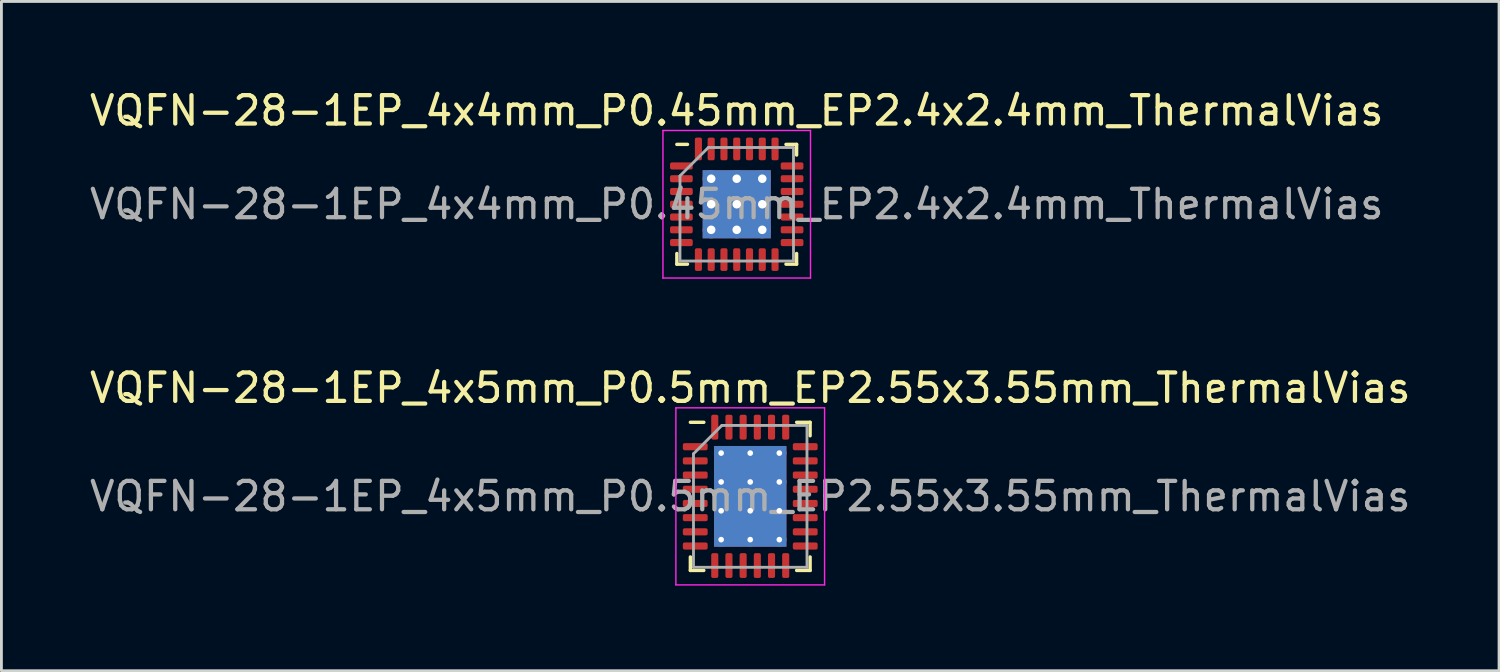
<source format=kicad_pcb>
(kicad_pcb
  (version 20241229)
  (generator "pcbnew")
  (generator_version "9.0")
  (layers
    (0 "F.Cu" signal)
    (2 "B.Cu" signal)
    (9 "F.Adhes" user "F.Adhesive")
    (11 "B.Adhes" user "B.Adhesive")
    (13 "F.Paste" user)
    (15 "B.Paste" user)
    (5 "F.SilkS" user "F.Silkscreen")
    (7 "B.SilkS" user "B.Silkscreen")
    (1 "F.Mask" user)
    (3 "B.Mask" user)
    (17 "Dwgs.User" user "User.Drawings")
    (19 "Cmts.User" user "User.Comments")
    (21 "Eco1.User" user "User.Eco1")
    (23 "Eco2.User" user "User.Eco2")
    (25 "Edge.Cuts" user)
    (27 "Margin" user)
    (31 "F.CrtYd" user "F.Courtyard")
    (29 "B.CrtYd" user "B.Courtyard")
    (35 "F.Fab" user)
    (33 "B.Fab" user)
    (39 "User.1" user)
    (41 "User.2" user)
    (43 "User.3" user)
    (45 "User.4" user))
  (footprint "VQFN-28-1EP_4x5mm_P0.5mm_EP2.55x3.55mm_ThermalVias"
    (layer "F.Cu")
    (at 23.387 14.441)
    (property "Reference" "VQFN-28-1EP_4x5mm_P0.5mm_EP2.55x3.55mm_ThermalVias" (at 0 -3.82 0) (layer "F.SilkS") (effects (font (size 1 1) (thickness 0.15))))
    (attr smd)
    (fp_line (start -2.11 2.61) (end -2.11 2.135) (stroke (width 0.12) (type solid)) (layer "F.SilkS"))
    (fp_line (start -1.635 -2.61) (end -2.11 -2.61) (stroke (width 0.12) (type solid)) (layer "F.SilkS"))
    (fp_line (start -1.635 2.61) (end -2.11 2.61) (stroke (width 0.12) (type solid)) (layer "F.SilkS"))
    (fp_line (start 1.635 -2.61) (end 2.11 -2.61) (stroke (width 0.12) (type solid)) (layer "F.SilkS"))
    (fp_line (start 1.635 2.61) (end 2.11 2.61) (stroke (width 0.12) (type solid)) (layer "F.SilkS"))
    (fp_line (start 2.11 -2.61) (end 2.11 -2.135) (stroke (width 0.12) (type solid)) (layer "F.SilkS"))
    (fp_line (start 2.11 2.61) (end 2.11 2.135) (stroke (width 0.12) (type solid)) (layer "F.SilkS"))
    (fp_line (start -2.62 -3.12) (end -2.62 3.12) (stroke (width 0.05) (type solid)) (layer "F.CrtYd"))
    (fp_line (start -2.62 3.12) (end 2.62 3.12) (stroke (width 0.05) (type solid)) (layer "F.CrtYd"))
    (fp_line (start 2.62 -3.12) (end -2.62 -3.12) (stroke (width 0.05) (type solid)) (layer "F.CrtYd"))
    (fp_line (start 2.62 3.12) (end 2.62 -3.12) (stroke (width 0.05) (type solid)) (layer "F.CrtYd"))
    (fp_line (start -2 -1.5) (end -1 -2.5) (stroke (width 0.1) (type solid)) (layer "F.Fab"))
    (fp_line (start -2 2.5) (end -2 -1.5) (stroke (width 0.1) (type solid)) (layer "F.Fab"))
    (fp_line (start -1 -2.5) (end 2 -2.5) (stroke (width 0.1) (type solid)) (layer "F.Fab"))
    (fp_line (start 2 -2.5) (end 2 2.5) (stroke (width 0.1) (type solid)) (layer "F.Fab"))
    (fp_line (start 2 2.5) (end -2 2.5) (stroke (width 0.1) (type solid)) (layer "F.Fab"))
    (fp_text user "${REFERENCE}" (at 0 0 0) (layer "F.Fab") (effects (font (size 1 1) (thickness 0.15))))
    (pad "" smd roundrect (at -0.635 -1.18) (size 1.03 0.95) (layers "F.Paste") (roundrect_rratio 0.25))
    (pad "" smd roundrect (at -0.635 0) (size 1.03 0.95) (layers "F.Paste") (roundrect_rratio 0.25))
    (pad "" smd roundrect (at -0.635 1.18) (size 1.03 0.95) (layers "F.Paste") (roundrect_rratio 0.25))
    (pad "" smd roundrect (at 0.635 -1.18) (size 1.03 0.95) (layers "F.Paste") (roundrect_rratio 0.25))
    (pad "" smd roundrect (at 0.635 0) (size 1.03 0.95) (layers "F.Paste") (roundrect_rratio 0.25))
    (pad "" smd roundrect (at 0.635 1.18) (size 1.03 0.95) (layers "F.Paste") (roundrect_rratio 0.25))
    (pad "1" smd roundrect (at -1.938 -1.75) (size 0.875 0.25) (layers "F.Cu" "F.Mask" "F.Paste") (roundrect_rratio 0.25))
    (pad "2" smd roundrect (at -1.938 -1.25) (size 0.875 0.25) (layers "F.Cu" "F.Mask" "F.Paste") (roundrect_rratio 0.25))
    (pad "3" smd roundrect (at -1.938 -0.75) (size 0.875 0.25) (layers "F.Cu" "F.Mask" "F.Paste") (roundrect_rratio 0.25))
    (pad "4" smd roundrect (at -1.938 -0.25) (size 0.875 0.25) (layers "F.Cu" "F.Mask" "F.Paste") (roundrect_rratio 0.25))
    (pad "5" smd roundrect (at -1.938 0.25) (size 0.875 0.25) (layers "F.Cu" "F.Mask" "F.Paste") (roundrect_rratio 0.25))
    (pad "6" smd roundrect (at -1.938 0.75) (size 0.875 0.25) (layers "F.Cu" "F.Mask" "F.Paste") (roundrect_rratio 0.25))
    (pad "7" smd roundrect (at -1.938 1.25) (size 0.875 0.25) (layers "F.Cu" "F.Mask" "F.Paste") (roundrect_rratio 0.25))
    (pad "8" smd roundrect (at -1.938 1.75) (size 0.875 0.25) (layers "F.Cu" "F.Mask" "F.Paste") (roundrect_rratio 0.25))
    (pad "9" smd roundrect (at -1.25 2.438) (size 0.25 0.875) (layers "F.Cu" "F.Mask" "F.Paste") (roundrect_rratio 0.25))
    (pad "10" smd roundrect (at -0.75 2.438) (size 0.25 0.875) (layers "F.Cu" "F.Mask" "F.Paste") (roundrect_rratio 0.25))
    (pad "11" smd roundrect (at -0.25 2.438) (size 0.25 0.875) (layers "F.Cu" "F.Mask" "F.Paste") (roundrect_rratio 0.25))
    (pad "12" smd roundrect (at 0.25 2.438) (size 0.25 0.875) (layers "F.Cu" "F.Mask" "F.Paste") (roundrect_rratio 0.25))
    (pad "13" smd roundrect (at 0.75 2.438) (size 0.25 0.875) (layers "F.Cu" "F.Mask" "F.Paste") (roundrect_rratio 0.25))
    (pad "14" smd roundrect (at 1.25 2.438) (size 0.25 0.875) (layers "F.Cu" "F.Mask" "F.Paste") (roundrect_rratio 0.25))
    (pad "15" smd roundrect (at 1.938 1.75) (size 0.875 0.25) (layers "F.Cu" "F.Mask" "F.Paste") (roundrect_rratio 0.25))
    (pad "16" smd roundrect (at 1.938 1.25) (size 0.875 0.25) (layers "F.Cu" "F.Mask" "F.Paste") (roundrect_rratio 0.25))
    (pad "17" smd roundrect (at 1.938 0.75) (size 0.875 0.25) (layers "F.Cu" "F.Mask" "F.Paste") (roundrect_rratio 0.25))
    (pad "18" smd roundrect (at 1.938 0.25) (size 0.875 0.25) (layers "F.Cu" "F.Mask" "F.Paste") (roundrect_rratio 0.25))
    (pad "19" smd roundrect (at 1.938 -0.25) (size 0.875 0.25) (layers "F.Cu" "F.Mask" "F.Paste") (roundrect_rratio 0.25))
    (pad "20" smd roundrect (at 1.938 -0.75) (size 0.875 0.25) (layers "F.Cu" "F.Mask" "F.Paste") (roundrect_rratio 0.25))
    (pad "21" smd roundrect (at 1.938 -1.25) (size 0.875 0.25) (layers "F.Cu" "F.Mask" "F.Paste") (roundrect_rratio 0.25))
    (pad "22" smd roundrect (at 1.938 -1.75) (size 0.875 0.25) (layers "F.Cu" "F.Mask" "F.Paste") (roundrect_rratio 0.25))
    (pad "23" smd roundrect (at 1.25 -2.438) (size 0.25 0.875) (layers "F.Cu" "F.Mask" "F.Paste") (roundrect_rratio 0.25))
    (pad "24" smd roundrect (at 0.75 -2.438) (size 0.25 0.875) (layers "F.Cu" "F.Mask" "F.Paste") (roundrect_rratio 0.25))
    (pad "25" smd roundrect (at 0.25 -2.438) (size 0.25 0.875) (layers "F.Cu" "F.Mask" "F.Paste") (roundrect_rratio 0.25))
    (pad "26" smd roundrect (at -0.25 -2.438) (size 0.25 0.875) (layers "F.Cu" "F.Mask" "F.Paste") (roundrect_rratio 0.25))
    (pad "27" smd roundrect (at -0.75 -2.438) (size 0.25 0.875) (layers "F.Cu" "F.Mask" "F.Paste") (roundrect_rratio 0.25))
    (pad "28" smd roundrect (at -1.25 -2.438) (size 0.25 0.875) (layers "F.Cu" "F.Mask" "F.Paste") (roundrect_rratio 0.25))
    (pad "29" thru_hole circle (at -1.025 -1.525) (size 0.5 0.5) (drill 0.2) (layers "*.Cu"))
    (pad "29" thru_hole circle (at -1.025 -0.508) (size 0.5 0.5) (drill 0.2) (layers "*.Cu"))
    (pad "29" thru_hole circle (at -1.025 0.508) (size 0.5 0.5) (drill 0.2) (layers "*.Cu"))
    (pad "29" thru_hole circle (at -1.025 1.525) (size 0.5 0.5) (drill 0.2) (layers "*.Cu"))
    (pad "29" thru_hole circle (at 0 -1.525) (size 0.5 0.5) (drill 0.2) (layers "*.Cu"))
    (pad "29" thru_hole circle (at 0 -0.508) (size 0.5 0.5) (drill 0.2) (layers "*.Cu"))
    (pad "29" smd rect (at 0 0) (size 2.55 3.55) (layers "F.Cu" "F.Mask"))
    (pad "29" smd rect (at 0 0) (size 2.55 3.55) (layers "B.Cu"))
    (pad "29" thru_hole circle (at 0 0.508) (size 0.5 0.5) (drill 0.2) (layers "*.Cu"))
    (pad "29" thru_hole circle (at 0 1.525) (size 0.5 0.5) (drill 0.2) (layers "*.Cu"))
    (pad "29" thru_hole circle (at 1.025 -1.525) (size 0.5 0.5) (drill 0.2) (layers "*.Cu"))
    (pad "29" thru_hole circle (at 1.025 -0.508) (size 0.5 0.5) (drill 0.2) (layers "*.Cu"))
    (pad "29" thru_hole circle (at 1.025 0.508) (size 0.5 0.5) (drill 0.2) (layers "*.Cu"))
    (pad "29" thru_hole circle (at 1.025 1.525) (size 0.5 0.5) (drill 0.2) (layers "*.Cu")))
  (footprint "VQFN-28-1EP_4x4mm_P0.45mm_EP2.4x2.4mm_ThermalVias"
    (layer "F.Cu")
    (at 22.911 4.148)
    (property "Reference" "VQFN-28-1EP_4x4mm_P0.45mm_EP2.4x2.4mm_ThermalVias" (at 0 -3.3 0) (layer "F.SilkS") (effects (font (size 1 1) (thickness 0.15))))
    (attr smd)
    (fp_line (start -2.11 2.11) (end -2.11 1.735) (stroke (width 0.12) (type solid)) (layer "F.SilkS"))
    (fp_line (start -1.735 -2.11) (end -2.11 -2.11) (stroke (width 0.12) (type solid)) (layer "F.SilkS"))
    (fp_line (start -1.735 2.11) (end -2.11 2.11) (stroke (width 0.12) (type solid)) (layer "F.SilkS"))
    (fp_line (start 1.735 -2.11) (end 2.11 -2.11) (stroke (width 0.12) (type solid)) (layer "F.SilkS"))
    (fp_line (start 1.735 2.11) (end 2.11 2.11) (stroke (width 0.12) (type solid)) (layer "F.SilkS"))
    (fp_line (start 2.11 -2.11) (end 2.11 -1.735) (stroke (width 0.12) (type solid)) (layer "F.SilkS"))
    (fp_line (start 2.11 2.11) (end 2.11 1.735) (stroke (width 0.12) (type solid)) (layer "F.SilkS"))
    (fp_line (start -2.6 -2.6) (end -2.6 2.6) (stroke (width 0.05) (type solid)) (layer "F.CrtYd"))
    (fp_line (start -2.6 2.6) (end 2.6 2.6) (stroke (width 0.05) (type solid)) (layer "F.CrtYd"))
    (fp_line (start 2.6 -2.6) (end -2.6 -2.6) (stroke (width 0.05) (type solid)) (layer "F.CrtYd"))
    (fp_line (start 2.6 2.6) (end 2.6 -2.6) (stroke (width 0.05) (type solid)) (layer "F.CrtYd"))
    (fp_line (start -2 -1) (end -1 -2) (stroke (width 0.1) (type solid)) (layer "F.Fab"))
    (fp_line (start -2 2) (end -2 -1) (stroke (width 0.1) (type solid)) (layer "F.Fab"))
    (fp_line (start -1 -2) (end 2 -2) (stroke (width 0.1) (type solid)) (layer "F.Fab"))
    (fp_line (start 2 -2) (end 2 2) (stroke (width 0.1) (type solid)) (layer "F.Fab"))
    (fp_line (start 2 2) (end -2 2) (stroke (width 0.1) (type solid)) (layer "F.Fab"))
    (fp_text user "${REFERENCE}" (at 0 0 0) (layer "F.Fab") (effects (font (size 1 1) (thickness 0.15))))
    (pad "" smd roundrect (at -0.6 -0.6) (size 1 1) (layers "F.Paste") (roundrect_rratio 0.25))
    (pad "" smd roundrect (at -0.6 0.6) (size 1 1) (layers "F.Paste") (roundrect_rratio 0.25))
    (pad "" smd roundrect (at 0.6 -0.6) (size 1 1) (layers "F.Paste") (roundrect_rratio 0.25))
    (pad "" smd roundrect (at 0.6 0.6) (size 1 1) (layers "F.Paste") (roundrect_rratio 0.25))
    (pad "1" smd roundrect (at -1.95 -1.35) (size 0.8 0.25) (layers "F.Cu" "F.Mask" "F.Paste") (roundrect_rratio 0.25))
    (pad "2" smd roundrect (at -1.95 -0.9) (size 0.8 0.25) (layers "F.Cu" "F.Mask" "F.Paste") (roundrect_rratio 0.25))
    (pad "3" smd roundrect (at -1.95 -0.45) (size 0.8 0.25) (layers "F.Cu" "F.Mask" "F.Paste") (roundrect_rratio 0.25))
    (pad "4" smd roundrect (at -1.95 0) (size 0.8 0.25) (layers "F.Cu" "F.Mask" "F.Paste") (roundrect_rratio 0.25))
    (pad "5" smd roundrect (at -1.95 0.45) (size 0.8 0.25) (layers "F.Cu" "F.Mask" "F.Paste") (roundrect_rratio 0.25))
    (pad "6" smd roundrect (at -1.95 0.9) (size 0.8 0.25) (layers "F.Cu" "F.Mask" "F.Paste") (roundrect_rratio 0.25))
    (pad "7" smd roundrect (at -1.95 1.35) (size 0.8 0.25) (layers "F.Cu" "F.Mask" "F.Paste") (roundrect_rratio 0.25))
    (pad "8" smd roundrect (at -1.35 1.95) (size 0.25 0.8) (layers "F.Cu" "F.Mask" "F.Paste") (roundrect_rratio 0.25))
    (pad "9" smd roundrect (at -0.9 1.95) (size 0.25 0.8) (layers "F.Cu" "F.Mask" "F.Paste") (roundrect_rratio 0.25))
    (pad "10" smd roundrect (at -0.45 1.95) (size 0.25 0.8) (layers "F.Cu" "F.Mask" "F.Paste") (roundrect_rratio 0.25))
    (pad "11" smd roundrect (at 0 1.95) (size 0.25 0.8) (layers "F.Cu" "F.Mask" "F.Paste") (roundrect_rratio 0.25))
    (pad "12" smd roundrect (at 0.45 1.95) (size 0.25 0.8) (layers "F.Cu" "F.Mask" "F.Paste") (roundrect_rratio 0.25))
    (pad "13" smd roundrect (at 0.9 1.95) (size 0.25 0.8) (layers "F.Cu" "F.Mask" "F.Paste") (roundrect_rratio 0.25))
    (pad "14" smd roundrect (at 1.35 1.95) (size 0.25 0.8) (layers "F.Cu" "F.Mask" "F.Paste") (roundrect_rratio 0.25))
    (pad "15" smd roundrect (at 1.95 1.35) (size 0.8 0.25) (layers "F.Cu" "F.Mask" "F.Paste") (roundrect_rratio 0.25))
    (pad "16" smd roundrect (at 1.95 0.9) (size 0.8 0.25) (layers "F.Cu" "F.Mask" "F.Paste") (roundrect_rratio 0.25))
    (pad "17" smd roundrect (at 1.95 0.45) (size 0.8 0.25) (layers "F.Cu" "F.Mask" "F.Paste") (roundrect_rratio 0.25))
    (pad "18" smd roundrect (at 1.95 0) (size 0.8 0.25) (layers "F.Cu" "F.Mask" "F.Paste") (roundrect_rratio 0.25))
    (pad "19" smd roundrect (at 1.95 -0.45) (size 0.8 0.25) (layers "F.Cu" "F.Mask" "F.Paste") (roundrect_rratio 0.25))
    (pad "20" smd roundrect (at 1.95 -0.9) (size 0.8 0.25) (layers "F.Cu" "F.Mask" "F.Paste") (roundrect_rratio 0.25))
    (pad "21" smd roundrect (at 1.95 -1.35) (size 0.8 0.25) (layers "F.Cu" "F.Mask" "F.Paste") (roundrect_rratio 0.25))
    (pad "22" smd roundrect (at 1.35 -1.95) (size 0.25 0.8) (layers "F.Cu" "F.Mask" "F.Paste") (roundrect_rratio 0.25))
    (pad "23" smd roundrect (at 0.9 -1.95) (size 0.25 0.8) (layers "F.Cu" "F.Mask" "F.Paste") (roundrect_rratio 0.25))
    (pad "24" smd roundrect (at 0.45 -1.95) (size 0.25 0.8) (layers "F.Cu" "F.Mask" "F.Paste") (roundrect_rratio 0.25))
    (pad "25" smd roundrect (at 0 -1.95) (size 0.25 0.8) (layers "F.Cu" "F.Mask" "F.Paste") (roundrect_rratio 0.25))
    (pad "26" smd roundrect (at -0.45 -1.95) (size 0.25 0.8) (layers "F.Cu" "F.Mask" "F.Paste") (roundrect_rratio 0.25))
    (pad "27" smd roundrect (at -0.9 -1.95) (size 0.25 0.8) (layers "F.Cu" "F.Mask" "F.Paste") (roundrect_rratio 0.25))
    (pad "28" smd roundrect (at -1.35 -1.95) (size 0.25 0.8) (layers "F.Cu" "F.Mask" "F.Paste") (roundrect_rratio 0.25))
    (pad "29" thru_hole circle (at -0.9 -0.9) (size 0.6 0.6) (drill 0.3) (layers "*.Cu"))
    (pad "29" thru_hole circle (at -0.9 0) (size 0.6 0.6) (drill 0.3) (layers "*.Cu"))
    (pad "29" thru_hole circle (at -0.9 0.9) (size 0.6 0.6) (drill 0.3) (layers "*.Cu"))
    (pad "29" thru_hole circle (at 0 -0.9) (size 0.6 0.6) (drill 0.3) (layers "*.Cu"))
    (pad "29" thru_hole circle (at 0 0) (size 0.6 0.6) (drill 0.3) (layers "*.Cu"))
    (pad "29" smd rect (at 0 0) (size 2.4 2.4) (layers "F.Cu" "F.Mask"))
    (pad "29" smd rect (at 0 0) (size 2.4 2.4) (layers "B.Cu"))
    (pad "29" thru_hole circle (at 0 0.9) (size 0.6 0.6) (drill 0.3) (layers "*.Cu"))
    (pad "29" thru_hole circle (at 0.9 -0.9) (size 0.6 0.6) (drill 0.3) (layers "*.Cu"))
    (pad "29" thru_hole circle (at 0.9 0) (size 0.6 0.6) (drill 0.3) (layers "*.Cu"))
    (pad "29" thru_hole circle (at 0.9 0.9) (size 0.6 0.6) (drill 0.3) (layers "*.Cu")))
  (gr_rect
    (start -3 -3)
    (end 49.774 20.587)
    (stroke (width 0.1) (type default))
    (fill no)
    (layer "Edge.Cuts")))
</source>
